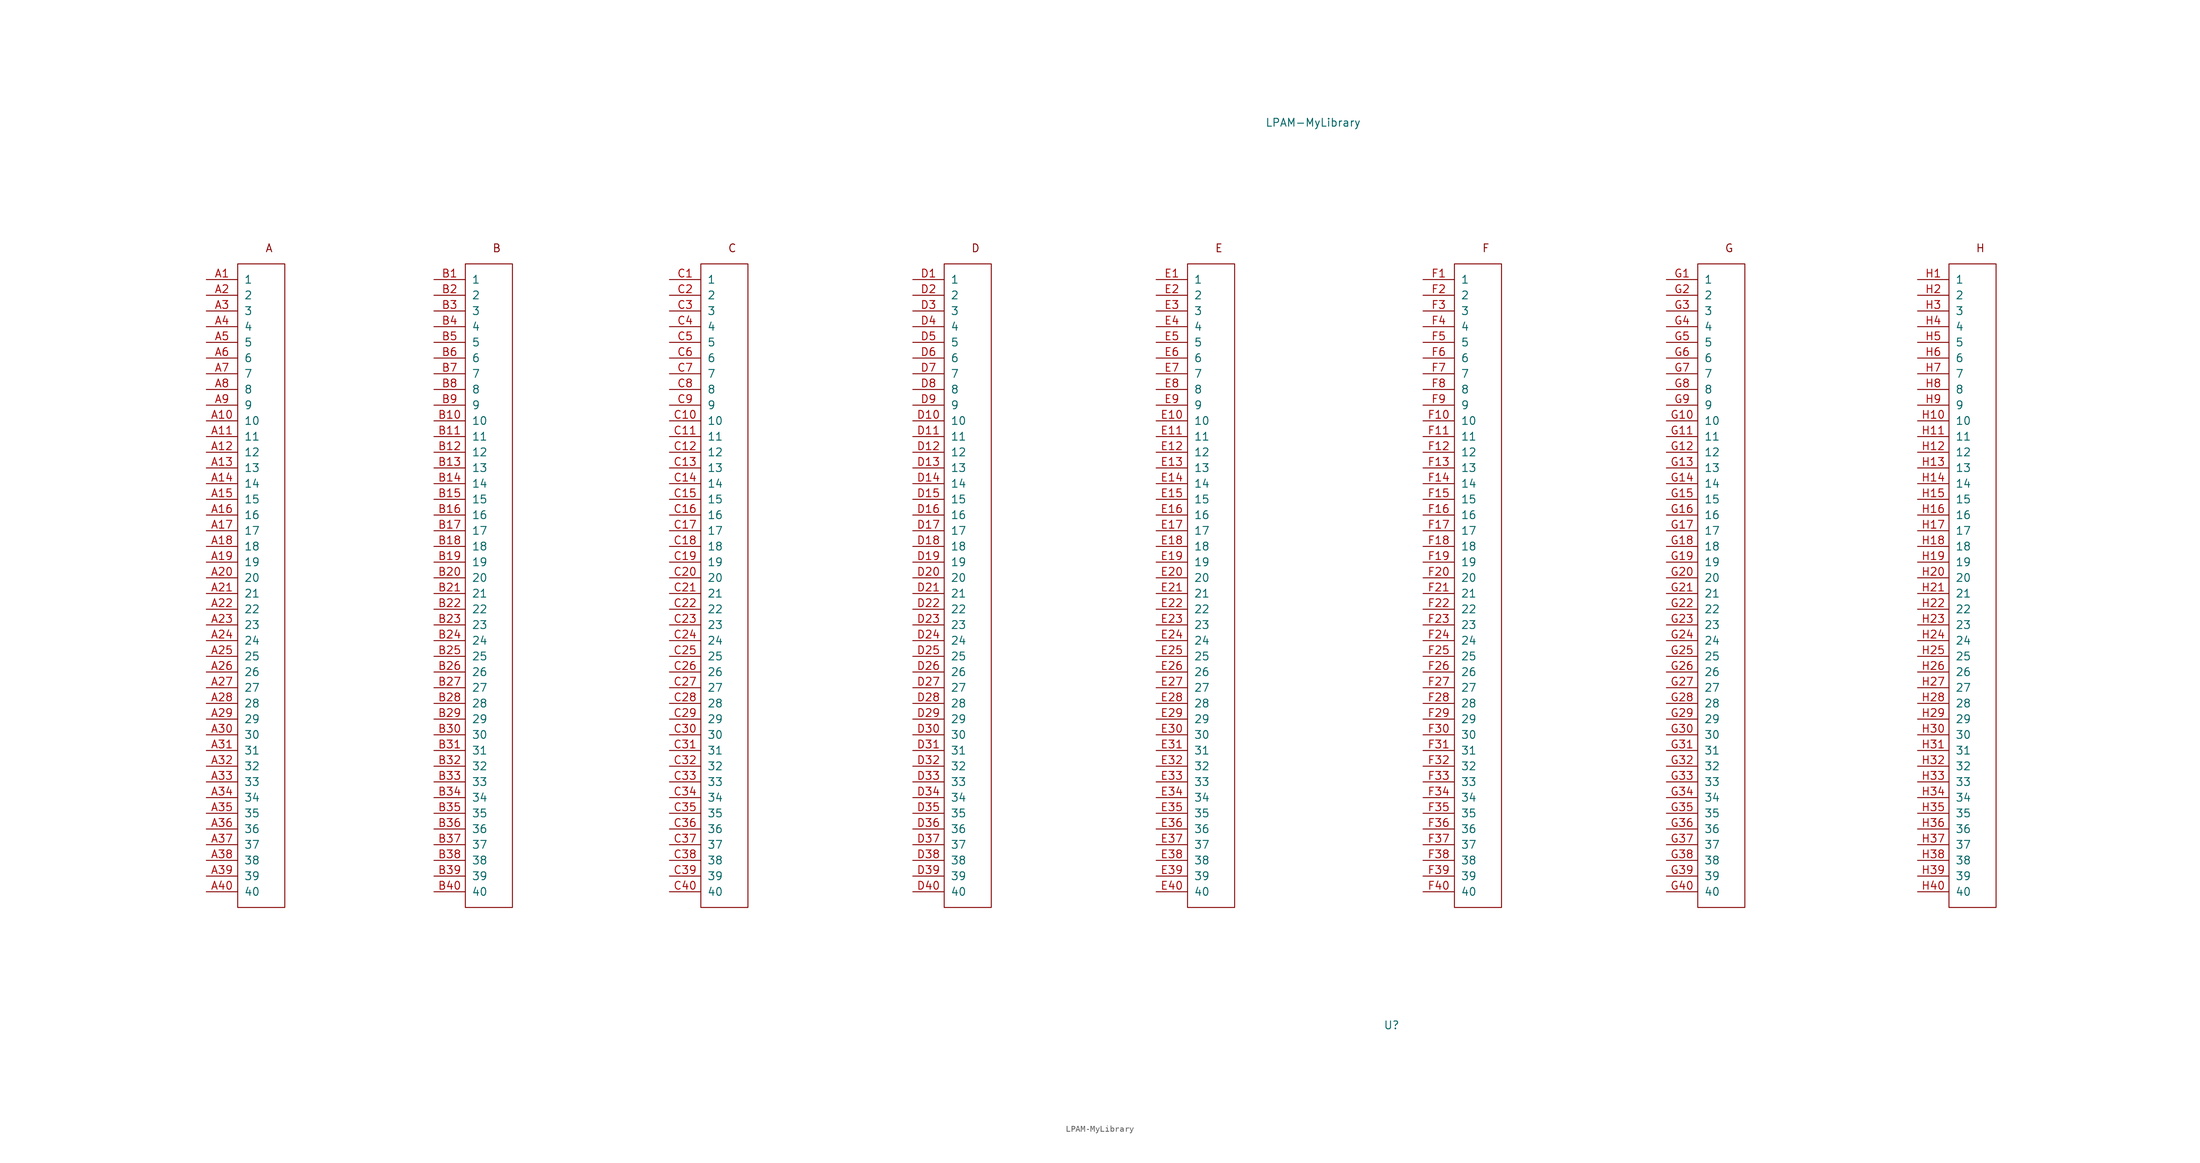
<source format=kicad_sym>
(kicad_symbol_lib
  (version 20220914)
  (generator kicad_symbol_editor)
  (symbol "LPAM-MyLibrary"
    (pin_names
      (offset 1.016))
    (property "Reference" "U"
      (at 1.27 -67.31 0)
      (effects (font (size 1.27 1.27))))
    (property "Value" "LPAM-MyLibrary"
      (at -11.43 78.74 0)
      (effects (font (size 1.27 1.27))))
    (symbol "LPAM-MyLibrary_0_0"
      (text "B" (at -143.51 58.42 0) (effects (font (size 1.27 1.27))))
      (pin input line (at -153.67 33.02 0) (length 5.08) (name "9" (effects (font (size 1.27 1.27)))) (number "B9" (effects (font (size 1.27 1.27))))))
    (symbol "LPAM-MyLibrary_0_1"
      (rectangle (start -148.59 55.88) (end -140.97 -48.26) (stroke (width 0) (type solid)) (fill (type none))))
    (symbol "LPAM-MyLibrary_1_1"
      (rectangle (start -185.42 55.88) (end -177.8 -48.26) (stroke (width 0) (type solid)) (fill (type none)))
      (rectangle (start -110.49 55.88) (end -102.87 -48.26) (stroke (width 0) (type solid)) (fill (type none)))
      (rectangle (start -71.12 55.88) (end -63.5 -48.26) (stroke (width 0) (type solid)) (fill (type none)))
      (rectangle (start -31.75 55.88) (end -24.13 -48.26) (stroke (width 0) (type solid)) (fill (type none)))
      (rectangle (start 11.43 55.88) (end 19.05 -48.26) (stroke (width 0) (type solid)) (fill (type none)))
      (rectangle (start 50.8 55.88) (end 58.42 -48.26) (stroke (width 0) (type solid)) (fill (type none)))
      (rectangle (start 91.44 55.88) (end 99.06 -48.26) (stroke (width 0) (type solid)) (fill (type none)))
      (text "A" (at -180.34 58.42 0) (effects (font (size 1.27 1.27))))
      (text "C" (at -105.41 58.42 0) (effects (font (size 1.27 1.27))))
      (text "D" (at -66.04 58.42 0) (effects (font (size 1.27 1.27))))
      (text "E" (at -26.67 58.42 0) (effects (font (size 1.27 1.27))))
      (text "F" (at 16.51 58.42 0) (effects (font (size 1.27 1.27))))
      (text "G" (at 55.88 58.42 0) (effects (font (size 1.27 1.27))))
      (text "H" (at 96.52 58.42 0) (effects (font (size 1.27 1.27))))
      (pin input line (at -190.5 53.34 0) (length 5.08) (name "1" (effects (font (size 1.27 1.27)))) (number "A1" (effects (font (size 1.27 1.27)))))
      (pin input line (at -190.5 30.48 0) (length 5.08) (name "10" (effects (font (size 1.27 1.27)))) (number "A10" (effects (font (size 1.27 1.27)))))
      (pin input line (at -190.5 27.94 0) (length 5.08) (name "11" (effects (font (size 1.27 1.27)))) (number "A11" (effects (font (size 1.27 1.27)))))
      (pin input line (at -190.5 25.4 0) (length 5.08) (name "12" (effects (font (size 1.27 1.27)))) (number "A12" (effects (font (size 1.27 1.27)))))
      (pin input line (at -190.5 22.86 0) (length 5.08) (name "13" (effects (font (size 1.27 1.27)))) (number "A13" (effects (font (size 1.27 1.27)))))
      (pin input line (at -190.5 20.32 0) (length 5.08) (name "14" (effects (font (size 1.27 1.27)))) (number "A14" (effects (font (size 1.27 1.27)))))
      (pin input line (at -190.5 17.78 0) (length 5.08) (name "15" (effects (font (size 1.27 1.27)))) (number "A15" (effects (font (size 1.27 1.27)))))
      (pin input line (at -190.5 15.24 0) (length 5.08) (name "16" (effects (font (size 1.27 1.27)))) (number "A16" (effects (font (size 1.27 1.27)))))
      (pin input line (at -190.5 12.7 0) (length 5.08) (name "17" (effects (font (size 1.27 1.27)))) (number "A17" (effects (font (size 1.27 1.27)))))
      (pin input line (at -190.5 10.16 0) (length 5.08) (name "18" (effects (font (size 1.27 1.27)))) (number "A18" (effects (font (size 1.27 1.27)))))
      (pin input line (at -190.5 7.62 0) (length 5.08) (name "19" (effects (font (size 1.27 1.27)))) (number "A19" (effects (font (size 1.27 1.27)))))
      (pin input line (at -190.5 50.8 0) (length 5.08) (name "2" (effects (font (size 1.27 1.27)))) (number "A2" (effects (font (size 1.27 1.27)))))
      (pin input line (at -190.5 5.08 0) (length 5.08) (name "20" (effects (font (size 1.27 1.27)))) (number "A20" (effects (font (size 1.27 1.27)))))
      (pin input line (at -190.5 2.54 0) (length 5.08) (name "21" (effects (font (size 1.27 1.27)))) (number "A21" (effects (font (size 1.27 1.27)))))
      (pin input line (at -190.5 0 0) (length 5.08) (name "22" (effects (font (size 1.27 1.27)))) (number "A22" (effects (font (size 1.27 1.27)))))
      (pin input line (at -190.5 -2.54 0) (length 5.08) (name "23" (effects (font (size 1.27 1.27)))) (number "A23" (effects (font (size 1.27 1.27)))))
      (pin input line (at -190.5 -5.08 0) (length 5.08) (name "24" (effects (font (size 1.27 1.27)))) (number "A24" (effects (font (size 1.27 1.27)))))
      (pin input line (at -190.5 -7.62 0) (length 5.08) (name "25" (effects (font (size 1.27 1.27)))) (number "A25" (effects (font (size 1.27 1.27)))))
      (pin input line (at -190.5 -10.16 0) (length 5.08) (name "26" (effects (font (size 1.27 1.27)))) (number "A26" (effects (font (size 1.27 1.27)))))
      (pin input line (at -190.5 -12.7 0) (length 5.08) (name "27" (effects (font (size 1.27 1.27)))) (number "A27" (effects (font (size 1.27 1.27)))))
      (pin input line (at -190.5 -15.24 0) (length 5.08) (name "28" (effects (font (size 1.27 1.27)))) (number "A28" (effects (font (size 1.27 1.27)))))
      (pin input line (at -190.5 -17.78 0) (length 5.08) (name "29" (effects (font (size 1.27 1.27)))) (number "A29" (effects (font (size 1.27 1.27)))))
      (pin input line (at -190.5 48.26 0) (length 5.08) (name "3" (effects (font (size 1.27 1.27)))) (number "A3" (effects (font (size 1.27 1.27)))))
      (pin input line (at -190.5 -20.32 0) (length 5.08) (name "30" (effects (font (size 1.27 1.27)))) (number "A30" (effects (font (size 1.27 1.27)))))
      (pin input line (at -190.5 -22.86 0) (length 5.08) (name "31" (effects (font (size 1.27 1.27)))) (number "A31" (effects (font (size 1.27 1.27)))))
      (pin input line (at -190.5 -25.4 0) (length 5.08) (name "32" (effects (font (size 1.27 1.27)))) (number "A32" (effects (font (size 1.27 1.27)))))
      (pin input line (at -190.5 -27.94 0) (length 5.08) (name "33" (effects (font (size 1.27 1.27)))) (number "A33" (effects (font (size 1.27 1.27)))))
      (pin input line (at -190.5 -30.48 0) (length 5.08) (name "34" (effects (font (size 1.27 1.27)))) (number "A34" (effects (font (size 1.27 1.27)))))
      (pin input line (at -190.5 -33.02 0) (length 5.08) (name "35" (effects (font (size 1.27 1.27)))) (number "A35" (effects (font (size 1.27 1.27)))))
      (pin input line (at -190.5 -35.56 0) (length 5.08) (name "36" (effects (font (size 1.27 1.27)))) (number "A36" (effects (font (size 1.27 1.27)))))
      (pin input line (at -190.5 -38.1 0) (length 5.08) (name "37" (effects (font (size 1.27 1.27)))) (number "A37" (effects (font (size 1.27 1.27)))))
      (pin input line (at -190.5 -40.64 0) (length 5.08) (name "38" (effects (font (size 1.27 1.27)))) (number "A38" (effects (font (size 1.27 1.27)))))
      (pin input line (at -190.5 -43.18 0) (length 5.08) (name "39" (effects (font (size 1.27 1.27)))) (number "A39" (effects (font (size 1.27 1.27)))))
      (pin input line (at -190.5 45.72 0) (length 5.08) (name "4" (effects (font (size 1.27 1.27)))) (number "A4" (effects (font (size 1.27 1.27)))))
      (pin input line (at -190.5 -45.72 0) (length 5.08) (name "40" (effects (font (size 1.27 1.27)))) (number "A40" (effects (font (size 1.27 1.27)))))
      (pin input line (at -190.5 43.18 0) (length 5.08) (name "5" (effects (font (size 1.27 1.27)))) (number "A5" (effects (font (size 1.27 1.27)))))
      (pin input line (at -190.5 40.64 0) (length 5.08) (name "6" (effects (font (size 1.27 1.27)))) (number "A6" (effects (font (size 1.27 1.27)))))
      (pin input line (at -190.5 38.1 0) (length 5.08) (name "7" (effects (font (size 1.27 1.27)))) (number "A7" (effects (font (size 1.27 1.27)))))
      (pin input line (at -190.5 35.56 0) (length 5.08) (name "8" (effects (font (size 1.27 1.27)))) (number "A8" (effects (font (size 1.27 1.27)))))
      (pin input line (at -190.5 33.02 0) (length 5.08) (name "9" (effects (font (size 1.27 1.27)))) (number "A9" (effects (font (size 1.27 1.27)))))
      (pin input line (at -153.67 53.34 0) (length 5.08) (name "1" (effects (font (size 1.27 1.27)))) (number "B1" (effects (font (size 1.27 1.27)))))
      (pin input line (at -153.67 30.48 0) (length 5.08) (name "10" (effects (font (size 1.27 1.27)))) (number "B10" (effects (font (size 1.27 1.27)))))
      (pin input line (at -153.67 27.94 0) (length 5.08) (name "11" (effects (font (size 1.27 1.27)))) (number "B11" (effects (font (size 1.27 1.27)))))
      (pin input line (at -153.67 25.4 0) (length 5.08) (name "12" (effects (font (size 1.27 1.27)))) (number "B12" (effects (font (size 1.27 1.27)))))
      (pin input line (at -153.67 22.86 0) (length 5.08) (name "13" (effects (font (size 1.27 1.27)))) (number "B13" (effects (font (size 1.27 1.27)))))
      (pin input line (at -153.67 20.32 0) (length 5.08) (name "14" (effects (font (size 1.27 1.27)))) (number "B14" (effects (font (size 1.27 1.27)))))
      (pin input line (at -153.67 17.78 0) (length 5.08) (name "15" (effects (font (size 1.27 1.27)))) (number "B15" (effects (font (size 1.27 1.27)))))
      (pin input line (at -153.67 15.24 0) (length 5.08) (name "16" (effects (font (size 1.27 1.27)))) (number "B16" (effects (font (size 1.27 1.27)))))
      (pin input line (at -153.67 12.7 0) (length 5.08) (name "17" (effects (font (size 1.27 1.27)))) (number "B17" (effects (font (size 1.27 1.27)))))
      (pin input line (at -153.67 10.16 0) (length 5.08) (name "18" (effects (font (size 1.27 1.27)))) (number "B18" (effects (font (size 1.27 1.27)))))
      (pin input line (at -153.67 7.62 0) (length 5.08) (name "19" (effects (font (size 1.27 1.27)))) (number "B19" (effects (font (size 1.27 1.27)))))
      (pin input line (at -153.67 50.8 0) (length 5.08) (name "2" (effects (font (size 1.27 1.27)))) (number "B2" (effects (font (size 1.27 1.27)))))
      (pin input line (at -153.67 5.08 0) (length 5.08) (name "20" (effects (font (size 1.27 1.27)))) (number "B20" (effects (font (size 1.27 1.27)))))
      (pin input line (at -153.67 2.54 0) (length 5.08) (name "21" (effects (font (size 1.27 1.27)))) (number "B21" (effects (font (size 1.27 1.27)))))
      (pin input line (at -153.67 0 0) (length 5.08) (name "22" (effects (font (size 1.27 1.27)))) (number "B22" (effects (font (size 1.27 1.27)))))
      (pin input line (at -153.67 -2.54 0) (length 5.08) (name "23" (effects (font (size 1.27 1.27)))) (number "B23" (effects (font (size 1.27 1.27)))))
      (pin input line (at -153.67 -5.08 0) (length 5.08) (name "24" (effects (font (size 1.27 1.27)))) (number "B24" (effects (font (size 1.27 1.27)))))
      (pin input line (at -153.67 -7.62 0) (length 5.08) (name "25" (effects (font (size 1.27 1.27)))) (number "B25" (effects (font (size 1.27 1.27)))))
      (pin input line (at -153.67 -10.16 0) (length 5.08) (name "26" (effects (font (size 1.27 1.27)))) (number "B26" (effects (font (size 1.27 1.27)))))
      (pin input line (at -153.67 -12.7 0) (length 5.08) (name "27" (effects (font (size 1.27 1.27)))) (number "B27" (effects (font (size 1.27 1.27)))))
      (pin input line (at -153.67 -15.24 0) (length 5.08) (name "28" (effects (font (size 1.27 1.27)))) (number "B28" (effects (font (size 1.27 1.27)))))
      (pin input line (at -153.67 -17.78 0) (length 5.08) (name "29" (effects (font (size 1.27 1.27)))) (number "B29" (effects (font (size 1.27 1.27)))))
      (pin input line (at -153.67 48.26 0) (length 5.08) (name "3" (effects (font (size 1.27 1.27)))) (number "B3" (effects (font (size 1.27 1.27)))))
      (pin input line (at -153.67 -20.32 0) (length 5.08) (name "30" (effects (font (size 1.27 1.27)))) (number "B30" (effects (font (size 1.27 1.27)))))
      (pin input line (at -153.67 -22.86 0) (length 5.08) (name "31" (effects (font (size 1.27 1.27)))) (number "B31" (effects (font (size 1.27 1.27)))))
      (pin input line (at -153.67 -25.4 0) (length 5.08) (name "32" (effects (font (size 1.27 1.27)))) (number "B32" (effects (font (size 1.27 1.27)))))
      (pin input line (at -153.67 -27.94 0) (length 5.08) (name "33" (effects (font (size 1.27 1.27)))) (number "B33" (effects (font (size 1.27 1.27)))))
      (pin input line (at -153.67 -30.48 0) (length 5.08) (name "34" (effects (font (size 1.27 1.27)))) (number "B34" (effects (font (size 1.27 1.27)))))
      (pin input line (at -153.67 -33.02 0) (length 5.08) (name "35" (effects (font (size 1.27 1.27)))) (number "B35" (effects (font (size 1.27 1.27)))))
      (pin input line (at -153.67 -35.56 0) (length 5.08) (name "36" (effects (font (size 1.27 1.27)))) (number "B36" (effects (font (size 1.27 1.27)))))
      (pin input line (at -153.67 -38.1 0) (length 5.08) (name "37" (effects (font (size 1.27 1.27)))) (number "B37" (effects (font (size 1.27 1.27)))))
      (pin input line (at -153.67 -40.64 0) (length 5.08) (name "38" (effects (font (size 1.27 1.27)))) (number "B38" (effects (font (size 1.27 1.27)))))
      (pin input line (at -153.67 -43.18 0) (length 5.08) (name "39" (effects (font (size 1.27 1.27)))) (number "B39" (effects (font (size 1.27 1.27)))))
      (pin input line (at -153.67 45.72 0) (length 5.08) (name "4" (effects (font (size 1.27 1.27)))) (number "B4" (effects (font (size 1.27 1.27)))))
      (pin input line (at -153.67 -45.72 0) (length 5.08) (name "40" (effects (font (size 1.27 1.27)))) (number "B40" (effects (font (size 1.27 1.27)))))
      (pin input line (at -153.67 43.18 0) (length 5.08) (name "5" (effects (font (size 1.27 1.27)))) (number "B5" (effects (font (size 1.27 1.27)))))
      (pin input line (at -153.67 40.64 0) (length 5.08) (name "6" (effects (font (size 1.27 1.27)))) (number "B6" (effects (font (size 1.27 1.27)))))
      (pin input line (at -153.67 38.1 0) (length 5.08) (name "7" (effects (font (size 1.27 1.27)))) (number "B7" (effects (font (size 1.27 1.27)))))
      (pin input line (at -153.67 35.56 0) (length 5.08) (name "8" (effects (font (size 1.27 1.27)))) (number "B8" (effects (font (size 1.27 1.27)))))
      (pin input line (at -115.57 53.34 0) (length 5.08) (name "1" (effects (font (size 1.27 1.27)))) (number "C1" (effects (font (size 1.27 1.27)))))
      (pin input line (at -115.57 30.48 0) (length 5.08) (name "10" (effects (font (size 1.27 1.27)))) (number "C10" (effects (font (size 1.27 1.27)))))
      (pin input line (at -115.57 27.94 0) (length 5.08) (name "11" (effects (font (size 1.27 1.27)))) (number "C11" (effects (font (size 1.27 1.27)))))
      (pin input line (at -115.57 25.4 0) (length 5.08) (name "12" (effects (font (size 1.27 1.27)))) (number "C12" (effects (font (size 1.27 1.27)))))
      (pin input line (at -115.57 22.86 0) (length 5.08) (name "13" (effects (font (size 1.27 1.27)))) (number "C13" (effects (font (size 1.27 1.27)))))
      (pin input line (at -115.57 20.32 0) (length 5.08) (name "14" (effects (font (size 1.27 1.27)))) (number "C14" (effects (font (size 1.27 1.27)))))
      (pin input line (at -115.57 17.78 0) (length 5.08) (name "15" (effects (font (size 1.27 1.27)))) (number "C15" (effects (font (size 1.27 1.27)))))
      (pin input line (at -115.57 15.24 0) (length 5.08) (name "16" (effects (font (size 1.27 1.27)))) (number "C16" (effects (font (size 1.27 1.27)))))
      (pin input line (at -115.57 12.7 0) (length 5.08) (name "17" (effects (font (size 1.27 1.27)))) (number "C17" (effects (font (size 1.27 1.27)))))
      (pin input line (at -115.57 10.16 0) (length 5.08) (name "18" (effects (font (size 1.27 1.27)))) (number "C18" (effects (font (size 1.27 1.27)))))
      (pin input line (at -115.57 7.62 0) (length 5.08) (name "19" (effects (font (size 1.27 1.27)))) (number "C19" (effects (font (size 1.27 1.27)))))
      (pin input line (at -115.57 50.8 0) (length 5.08) (name "2" (effects (font (size 1.27 1.27)))) (number "C2" (effects (font (size 1.27 1.27)))))
      (pin input line (at -115.57 5.08 0) (length 5.08) (name "20" (effects (font (size 1.27 1.27)))) (number "C20" (effects (font (size 1.27 1.27)))))
      (pin input line (at -115.57 2.54 0) (length 5.08) (name "21" (effects (font (size 1.27 1.27)))) (number "C21" (effects (font (size 1.27 1.27)))))
      (pin input line (at -115.57 0 0) (length 5.08) (name "22" (effects (font (size 1.27 1.27)))) (number "C22" (effects (font (size 1.27 1.27)))))
      (pin input line (at -115.57 -2.54 0) (length 5.08) (name "23" (effects (font (size 1.27 1.27)))) (number "C23" (effects (font (size 1.27 1.27)))))
      (pin input line (at -115.57 -5.08 0) (length 5.08) (name "24" (effects (font (size 1.27 1.27)))) (number "C24" (effects (font (size 1.27 1.27)))))
      (pin input line (at -115.57 -7.62 0) (length 5.08) (name "25" (effects (font (size 1.27 1.27)))) (number "C25" (effects (font (size 1.27 1.27)))))
      (pin input line (at -115.57 -10.16 0) (length 5.08) (name "26" (effects (font (size 1.27 1.27)))) (number "C26" (effects (font (size 1.27 1.27)))))
      (pin input line (at -115.57 -12.7 0) (length 5.08) (name "27" (effects (font (size 1.27 1.27)))) (number "C27" (effects (font (size 1.27 1.27)))))
      (pin input line (at -115.57 -15.24 0) (length 5.08) (name "28" (effects (font (size 1.27 1.27)))) (number "C28" (effects (font (size 1.27 1.27)))))
      (pin input line (at -115.57 -17.78 0) (length 5.08) (name "29" (effects (font (size 1.27 1.27)))) (number "C29" (effects (font (size 1.27 1.27)))))
      (pin input line (at -115.57 48.26 0) (length 5.08) (name "3" (effects (font (size 1.27 1.27)))) (number "C3" (effects (font (size 1.27 1.27)))))
      (pin input line (at -115.57 -20.32 0) (length 5.08) (name "30" (effects (font (size 1.27 1.27)))) (number "C30" (effects (font (size 1.27 1.27)))))
      (pin input line (at -115.57 -22.86 0) (length 5.08) (name "31" (effects (font (size 1.27 1.27)))) (number "C31" (effects (font (size 1.27 1.27)))))
      (pin input line (at -115.57 -25.4 0) (length 5.08) (name "32" (effects (font (size 1.27 1.27)))) (number "C32" (effects (font (size 1.27 1.27)))))
      (pin input line (at -115.57 -27.94 0) (length 5.08) (name "33" (effects (font (size 1.27 1.27)))) (number "C33" (effects (font (size 1.27 1.27)))))
      (pin input line (at -115.57 -30.48 0) (length 5.08) (name "34" (effects (font (size 1.27 1.27)))) (number "C34" (effects (font (size 1.27 1.27)))))
      (pin input line (at -115.57 -33.02 0) (length 5.08) (name "35" (effects (font (size 1.27 1.27)))) (number "C35" (effects (font (size 1.27 1.27)))))
      (pin input line (at -115.57 -35.56 0) (length 5.08) (name "36" (effects (font (size 1.27 1.27)))) (number "C36" (effects (font (size 1.27 1.27)))))
      (pin input line (at -115.57 -38.1 0) (length 5.08) (name "37" (effects (font (size 1.27 1.27)))) (number "C37" (effects (font (size 1.27 1.27)))))
      (pin input line (at -115.57 -40.64 0) (length 5.08) (name "38" (effects (font (size 1.27 1.27)))) (number "C38" (effects (font (size 1.27 1.27)))))
      (pin input line (at -115.57 -43.18 0) (length 5.08) (name "39" (effects (font (size 1.27 1.27)))) (number "C39" (effects (font (size 1.27 1.27)))))
      (pin input line (at -115.57 45.72 0) (length 5.08) (name "4" (effects (font (size 1.27 1.27)))) (number "C4" (effects (font (size 1.27 1.27)))))
      (pin input line (at -115.57 -45.72 0) (length 5.08) (name "40" (effects (font (size 1.27 1.27)))) (number "C40" (effects (font (size 1.27 1.27)))))
      (pin input line (at -115.57 43.18 0) (length 5.08) (name "5" (effects (font (size 1.27 1.27)))) (number "C5" (effects (font (size 1.27 1.27)))))
      (pin input line (at -115.57 40.64 0) (length 5.08) (name "6" (effects (font (size 1.27 1.27)))) (number "C6" (effects (font (size 1.27 1.27)))))
      (pin input line (at -115.57 38.1 0) (length 5.08) (name "7" (effects (font (size 1.27 1.27)))) (number "C7" (effects (font (size 1.27 1.27)))))
      (pin input line (at -115.57 35.56 0) (length 5.08) (name "8" (effects (font (size 1.27 1.27)))) (number "C8" (effects (font (size 1.27 1.27)))))
      (pin input line (at -115.57 33.02 0) (length 5.08) (name "9" (effects (font (size 1.27 1.27)))) (number "C9" (effects (font (size 1.27 1.27)))))
      (pin input line (at -76.2 53.34 0) (length 5.08) (name "1" (effects (font (size 1.27 1.27)))) (number "D1" (effects (font (size 1.27 1.27)))))
      (pin input line (at -76.2 30.48 0) (length 5.08) (name "10" (effects (font (size 1.27 1.27)))) (number "D10" (effects (font (size 1.27 1.27)))))
      (pin input line (at -76.2 27.94 0) (length 5.08) (name "11" (effects (font (size 1.27 1.27)))) (number "D11" (effects (font (size 1.27 1.27)))))
      (pin input line (at -76.2 25.4 0) (length 5.08) (name "12" (effects (font (size 1.27 1.27)))) (number "D12" (effects (font (size 1.27 1.27)))))
      (pin input line (at -76.2 22.86 0) (length 5.08) (name "13" (effects (font (size 1.27 1.27)))) (number "D13" (effects (font (size 1.27 1.27)))))
      (pin input line (at -76.2 20.32 0) (length 5.08) (name "14" (effects (font (size 1.27 1.27)))) (number "D14" (effects (font (size 1.27 1.27)))))
      (pin input line (at -76.2 17.78 0) (length 5.08) (name "15" (effects (font (size 1.27 1.27)))) (number "D15" (effects (font (size 1.27 1.27)))))
      (pin input line (at -76.2 15.24 0) (length 5.08) (name "16" (effects (font (size 1.27 1.27)))) (number "D16" (effects (font (size 1.27 1.27)))))
      (pin input line (at -76.2 12.7 0) (length 5.08) (name "17" (effects (font (size 1.27 1.27)))) (number "D17" (effects (font (size 1.27 1.27)))))
      (pin input line (at -76.2 10.16 0) (length 5.08) (name "18" (effects (font (size 1.27 1.27)))) (number "D18" (effects (font (size 1.27 1.27)))))
      (pin input line (at -76.2 7.62 0) (length 5.08) (name "19" (effects (font (size 1.27 1.27)))) (number "D19" (effects (font (size 1.27 1.27)))))
      (pin input line (at -76.2 50.8 0) (length 5.08) (name "2" (effects (font (size 1.27 1.27)))) (number "D2" (effects (font (size 1.27 1.27)))))
      (pin input line (at -76.2 5.08 0) (length 5.08) (name "20" (effects (font (size 1.27 1.27)))) (number "D20" (effects (font (size 1.27 1.27)))))
      (pin input line (at -76.2 2.54 0) (length 5.08) (name "21" (effects (font (size 1.27 1.27)))) (number "D21" (effects (font (size 1.27 1.27)))))
      (pin input line (at -76.2 0 0) (length 5.08) (name "22" (effects (font (size 1.27 1.27)))) (number "D22" (effects (font (size 1.27 1.27)))))
      (pin input line (at -76.2 -2.54 0) (length 5.08) (name "23" (effects (font (size 1.27 1.27)))) (number "D23" (effects (font (size 1.27 1.27)))))
      (pin input line (at -76.2 -5.08 0) (length 5.08) (name "24" (effects (font (size 1.27 1.27)))) (number "D24" (effects (font (size 1.27 1.27)))))
      (pin input line (at -76.2 -7.62 0) (length 5.08) (name "25" (effects (font (size 1.27 1.27)))) (number "D25" (effects (font (size 1.27 1.27)))))
      (pin input line (at -76.2 -10.16 0) (length 5.08) (name "26" (effects (font (size 1.27 1.27)))) (number "D26" (effects (font (size 1.27 1.27)))))
      (pin input line (at -76.2 -12.7 0) (length 5.08) (name "27" (effects (font (size 1.27 1.27)))) (number "D27" (effects (font (size 1.27 1.27)))))
      (pin input line (at -76.2 -15.24 0) (length 5.08) (name "28" (effects (font (size 1.27 1.27)))) (number "D28" (effects (font (size 1.27 1.27)))))
      (pin input line (at -76.2 -17.78 0) (length 5.08) (name "29" (effects (font (size 1.27 1.27)))) (number "D29" (effects (font (size 1.27 1.27)))))
      (pin input line (at -76.2 48.26 0) (length 5.08) (name "3" (effects (font (size 1.27 1.27)))) (number "D3" (effects (font (size 1.27 1.27)))))
      (pin input line (at -76.2 -20.32 0) (length 5.08) (name "30" (effects (font (size 1.27 1.27)))) (number "D30" (effects (font (size 1.27 1.27)))))
      (pin input line (at -76.2 -22.86 0) (length 5.08) (name "31" (effects (font (size 1.27 1.27)))) (number "D31" (effects (font (size 1.27 1.27)))))
      (pin input line (at -76.2 -25.4 0) (length 5.08) (name "32" (effects (font (size 1.27 1.27)))) (number "D32" (effects (font (size 1.27 1.27)))))
      (pin input line (at -76.2 -27.94 0) (length 5.08) (name "33" (effects (font (size 1.27 1.27)))) (number "D33" (effects (font (size 1.27 1.27)))))
      (pin input line (at -76.2 -30.48 0) (length 5.08) (name "34" (effects (font (size 1.27 1.27)))) (number "D34" (effects (font (size 1.27 1.27)))))
      (pin input line (at -76.2 -33.02 0) (length 5.08) (name "35" (effects (font (size 1.27 1.27)))) (number "D35" (effects (font (size 1.27 1.27)))))
      (pin input line (at -76.2 -35.56 0) (length 5.08) (name "36" (effects (font (size 1.27 1.27)))) (number "D36" (effects (font (size 1.27 1.27)))))
      (pin input line (at -76.2 -38.1 0) (length 5.08) (name "37" (effects (font (size 1.27 1.27)))) (number "D37" (effects (font (size 1.27 1.27)))))
      (pin input line (at -76.2 -40.64 0) (length 5.08) (name "38" (effects (font (size 1.27 1.27)))) (number "D38" (effects (font (size 1.27 1.27)))))
      (pin input line (at -76.2 -43.18 0) (length 5.08) (name "39" (effects (font (size 1.27 1.27)))) (number "D39" (effects (font (size 1.27 1.27)))))
      (pin input line (at -76.2 45.72 0) (length 5.08) (name "4" (effects (font (size 1.27 1.27)))) (number "D4" (effects (font (size 1.27 1.27)))))
      (pin input line (at -76.2 -45.72 0) (length 5.08) (name "40" (effects (font (size 1.27 1.27)))) (number "D40" (effects (font (size 1.27 1.27)))))
      (pin input line (at -76.2 43.18 0) (length 5.08) (name "5" (effects (font (size 1.27 1.27)))) (number "D5" (effects (font (size 1.27 1.27)))))
      (pin input line (at -76.2 40.64 0) (length 5.08) (name "6" (effects (font (size 1.27 1.27)))) (number "D6" (effects (font (size 1.27 1.27)))))
      (pin input line (at -76.2 38.1 0) (length 5.08) (name "7" (effects (font (size 1.27 1.27)))) (number "D7" (effects (font (size 1.27 1.27)))))
      (pin input line (at -76.2 35.56 0) (length 5.08) (name "8" (effects (font (size 1.27 1.27)))) (number "D8" (effects (font (size 1.27 1.27)))))
      (pin input line (at -76.2 33.02 0) (length 5.08) (name "9" (effects (font (size 1.27 1.27)))) (number "D9" (effects (font (size 1.27 1.27)))))
      (pin input line (at -36.83 53.34 0) (length 5.08) (name "1" (effects (font (size 1.27 1.27)))) (number "E1" (effects (font (size 1.27 1.27)))))
      (pin input line (at -36.83 30.48 0) (length 5.08) (name "10" (effects (font (size 1.27 1.27)))) (number "E10" (effects (font (size 1.27 1.27)))))
      (pin input line (at -36.83 27.94 0) (length 5.08) (name "11" (effects (font (size 1.27 1.27)))) (number "E11" (effects (font (size 1.27 1.27)))))
      (pin input line (at -36.83 25.4 0) (length 5.08) (name "12" (effects (font (size 1.27 1.27)))) (number "E12" (effects (font (size 1.27 1.27)))))
      (pin input line (at -36.83 22.86 0) (length 5.08) (name "13" (effects (font (size 1.27 1.27)))) (number "E13" (effects (font (size 1.27 1.27)))))
      (pin input line (at -36.83 20.32 0) (length 5.08) (name "14" (effects (font (size 1.27 1.27)))) (number "E14" (effects (font (size 1.27 1.27)))))
      (pin input line (at -36.83 17.78 0) (length 5.08) (name "15" (effects (font (size 1.27 1.27)))) (number "E15" (effects (font (size 1.27 1.27)))))
      (pin input line (at -36.83 15.24 0) (length 5.08) (name "16" (effects (font (size 1.27 1.27)))) (number "E16" (effects (font (size 1.27 1.27)))))
      (pin input line (at -36.83 12.7 0) (length 5.08) (name "17" (effects (font (size 1.27 1.27)))) (number "E17" (effects (font (size 1.27 1.27)))))
      (pin input line (at -36.83 10.16 0) (length 5.08) (name "18" (effects (font (size 1.27 1.27)))) (number "E18" (effects (font (size 1.27 1.27)))))
      (pin input line (at -36.83 7.62 0) (length 5.08) (name "19" (effects (font (size 1.27 1.27)))) (number "E19" (effects (font (size 1.27 1.27)))))
      (pin input line (at -36.83 50.8 0) (length 5.08) (name "2" (effects (font (size 1.27 1.27)))) (number "E2" (effects (font (size 1.27 1.27)))))
      (pin input line (at -36.83 5.08 0) (length 5.08) (name "20" (effects (font (size 1.27 1.27)))) (number "E20" (effects (font (size 1.27 1.27)))))
      (pin input line (at -36.83 2.54 0) (length 5.08) (name "21" (effects (font (size 1.27 1.27)))) (number "E21" (effects (font (size 1.27 1.27)))))
      (pin input line (at -36.83 0 0) (length 5.08) (name "22" (effects (font (size 1.27 1.27)))) (number "E22" (effects (font (size 1.27 1.27)))))
      (pin input line (at -36.83 -2.54 0) (length 5.08) (name "23" (effects (font (size 1.27 1.27)))) (number "E23" (effects (font (size 1.27 1.27)))))
      (pin input line (at -36.83 -5.08 0) (length 5.08) (name "24" (effects (font (size 1.27 1.27)))) (number "E24" (effects (font (size 1.27 1.27)))))
      (pin input line (at -36.83 -7.62 0) (length 5.08) (name "25" (effects (font (size 1.27 1.27)))) (number "E25" (effects (font (size 1.27 1.27)))))
      (pin input line (at -36.83 -10.16 0) (length 5.08) (name "26" (effects (font (size 1.27 1.27)))) (number "E26" (effects (font (size 1.27 1.27)))))
      (pin input line (at -36.83 -12.7 0) (length 5.08) (name "27" (effects (font (size 1.27 1.27)))) (number "E27" (effects (font (size 1.27 1.27)))))
      (pin input line (at -36.83 -15.24 0) (length 5.08) (name "28" (effects (font (size 1.27 1.27)))) (number "E28" (effects (font (size 1.27 1.27)))))
      (pin input line (at -36.83 -17.78 0) (length 5.08) (name "29" (effects (font (size 1.27 1.27)))) (number "E29" (effects (font (size 1.27 1.27)))))
      (pin input line (at -36.83 48.26 0) (length 5.08) (name "3" (effects (font (size 1.27 1.27)))) (number "E3" (effects (font (size 1.27 1.27)))))
      (pin input line (at -36.83 -20.32 0) (length 5.08) (name "30" (effects (font (size 1.27 1.27)))) (number "E30" (effects (font (size 1.27 1.27)))))
      (pin input line (at -36.83 -22.86 0) (length 5.08) (name "31" (effects (font (size 1.27 1.27)))) (number "E31" (effects (font (size 1.27 1.27)))))
      (pin input line (at -36.83 -25.4 0) (length 5.08) (name "32" (effects (font (size 1.27 1.27)))) (number "E32" (effects (font (size 1.27 1.27)))))
      (pin input line (at -36.83 -27.94 0) (length 5.08) (name "33" (effects (font (size 1.27 1.27)))) (number "E33" (effects (font (size 1.27 1.27)))))
      (pin input line (at -36.83 -30.48 0) (length 5.08) (name "34" (effects (font (size 1.27 1.27)))) (number "E34" (effects (font (size 1.27 1.27)))))
      (pin input line (at -36.83 -33.02 0) (length 5.08) (name "35" (effects (font (size 1.27 1.27)))) (number "E35" (effects (font (size 1.27 1.27)))))
      (pin input line (at -36.83 -35.56 0) (length 5.08) (name "36" (effects (font (size 1.27 1.27)))) (number "E36" (effects (font (size 1.27 1.27)))))
      (pin input line (at -36.83 -38.1 0) (length 5.08) (name "37" (effects (font (size 1.27 1.27)))) (number "E37" (effects (font (size 1.27 1.27)))))
      (pin input line (at -36.83 -40.64 0) (length 5.08) (name "38" (effects (font (size 1.27 1.27)))) (number "E38" (effects (font (size 1.27 1.27)))))
      (pin input line (at -36.83 -43.18 0) (length 5.08) (name "39" (effects (font (size 1.27 1.27)))) (number "E39" (effects (font (size 1.27 1.27)))))
      (pin input line (at -36.83 45.72 0) (length 5.08) (name "4" (effects (font (size 1.27 1.27)))) (number "E4" (effects (font (size 1.27 1.27)))))
      (pin input line (at -36.83 -45.72 0) (length 5.08) (name "40" (effects (font (size 1.27 1.27)))) (number "E40" (effects (font (size 1.27 1.27)))))
      (pin input line (at -36.83 43.18 0) (length 5.08) (name "5" (effects (font (size 1.27 1.27)))) (number "E5" (effects (font (size 1.27 1.27)))))
      (pin input line (at -36.83 40.64 0) (length 5.08) (name "6" (effects (font (size 1.27 1.27)))) (number "E6" (effects (font (size 1.27 1.27)))))
      (pin input line (at -36.83 38.1 0) (length 5.08) (name "7" (effects (font (size 1.27 1.27)))) (number "E7" (effects (font (size 1.27 1.27)))))
      (pin input line (at -36.83 35.56 0) (length 5.08) (name "8" (effects (font (size 1.27 1.27)))) (number "E8" (effects (font (size 1.27 1.27)))))
      (pin input line (at -36.83 33.02 0) (length 5.08) (name "9" (effects (font (size 1.27 1.27)))) (number "E9" (effects (font (size 1.27 1.27)))))
      (pin input line (at 6.35 53.34 0) (length 5.08) (name "1" (effects (font (size 1.27 1.27)))) (number "F1" (effects (font (size 1.27 1.27)))))
      (pin input line (at 6.35 30.48 0) (length 5.08) (name "10" (effects (font (size 1.27 1.27)))) (number "F10" (effects (font (size 1.27 1.27)))))
      (pin input line (at 6.35 27.94 0) (length 5.08) (name "11" (effects (font (size 1.27 1.27)))) (number "F11" (effects (font (size 1.27 1.27)))))
      (pin input line (at 6.35 25.4 0) (length 5.08) (name "12" (effects (font (size 1.27 1.27)))) (number "F12" (effects (font (size 1.27 1.27)))))
      (pin input line (at 6.35 22.86 0) (length 5.08) (name "13" (effects (font (size 1.27 1.27)))) (number "F13" (effects (font (size 1.27 1.27)))))
      (pin input line (at 6.35 20.32 0) (length 5.08) (name "14" (effects (font (size 1.27 1.27)))) (number "F14" (effects (font (size 1.27 1.27)))))
      (pin input line (at 6.35 17.78 0) (length 5.08) (name "15" (effects (font (size 1.27 1.27)))) (number "F15" (effects (font (size 1.27 1.27)))))
      (pin input line (at 6.35 15.24 0) (length 5.08) (name "16" (effects (font (size 1.27 1.27)))) (number "F16" (effects (font (size 1.27 1.27)))))
      (pin input line (at 6.35 12.7 0) (length 5.08) (name "17" (effects (font (size 1.27 1.27)))) (number "F17" (effects (font (size 1.27 1.27)))))
      (pin input line (at 6.35 10.16 0) (length 5.08) (name "18" (effects (font (size 1.27 1.27)))) (number "F18" (effects (font (size 1.27 1.27)))))
      (pin input line (at 6.35 7.62 0) (length 5.08) (name "19" (effects (font (size 1.27 1.27)))) (number "F19" (effects (font (size 1.27 1.27)))))
      (pin input line (at 6.35 50.8 0) (length 5.08) (name "2" (effects (font (size 1.27 1.27)))) (number "F2" (effects (font (size 1.27 1.27)))))
      (pin input line (at 6.35 5.08 0) (length 5.08) (name "20" (effects (font (size 1.27 1.27)))) (number "F20" (effects (font (size 1.27 1.27)))))
      (pin input line (at 6.35 2.54 0) (length 5.08) (name "21" (effects (font (size 1.27 1.27)))) (number "F21" (effects (font (size 1.27 1.27)))))
      (pin input line (at 6.35 0 0) (length 5.08) (name "22" (effects (font (size 1.27 1.27)))) (number "F22" (effects (font (size 1.27 1.27)))))
      (pin input line (at 6.35 -2.54 0) (length 5.08) (name "23" (effects (font (size 1.27 1.27)))) (number "F23" (effects (font (size 1.27 1.27)))))
      (pin input line (at 6.35 -5.08 0) (length 5.08) (name "24" (effects (font (size 1.27 1.27)))) (number "F24" (effects (font (size 1.27 1.27)))))
      (pin input line (at 6.35 -7.62 0) (length 5.08) (name "25" (effects (font (size 1.27 1.27)))) (number "F25" (effects (font (size 1.27 1.27)))))
      (pin input line (at 6.35 -10.16 0) (length 5.08) (name "26" (effects (font (size 1.27 1.27)))) (number "F26" (effects (font (size 1.27 1.27)))))
      (pin input line (at 6.35 -12.7 0) (length 5.08) (name "27" (effects (font (size 1.27 1.27)))) (number "F27" (effects (font (size 1.27 1.27)))))
      (pin input line (at 6.35 -15.24 0) (length 5.08) (name "28" (effects (font (size 1.27 1.27)))) (number "F28" (effects (font (size 1.27 1.27)))))
      (pin input line (at 6.35 -17.78 0) (length 5.08) (name "29" (effects (font (size 1.27 1.27)))) (number "F29" (effects (font (size 1.27 1.27)))))
      (pin input line (at 6.35 48.26 0) (length 5.08) (name "3" (effects (font (size 1.27 1.27)))) (number "F3" (effects (font (size 1.27 1.27)))))
      (pin input line (at 6.35 -20.32 0) (length 5.08) (name "30" (effects (font (size 1.27 1.27)))) (number "F30" (effects (font (size 1.27 1.27)))))
      (pin input line (at 6.35 -22.86 0) (length 5.08) (name "31" (effects (font (size 1.27 1.27)))) (number "F31" (effects (font (size 1.27 1.27)))))
      (pin input line (at 6.35 -25.4 0) (length 5.08) (name "32" (effects (font (size 1.27 1.27)))) (number "F32" (effects (font (size 1.27 1.27)))))
      (pin input line (at 6.35 -27.94 0) (length 5.08) (name "33" (effects (font (size 1.27 1.27)))) (number "F33" (effects (font (size 1.27 1.27)))))
      (pin input line (at 6.35 -30.48 0) (length 5.08) (name "34" (effects (font (size 1.27 1.27)))) (number "F34" (effects (font (size 1.27 1.27)))))
      (pin input line (at 6.35 -33.02 0) (length 5.08) (name "35" (effects (font (size 1.27 1.27)))) (number "F35" (effects (font (size 1.27 1.27)))))
      (pin input line (at 6.35 -35.56 0) (length 5.08) (name "36" (effects (font (size 1.27 1.27)))) (number "F36" (effects (font (size 1.27 1.27)))))
      (pin input line (at 6.35 -38.1 0) (length 5.08) (name "37" (effects (font (size 1.27 1.27)))) (number "F37" (effects (font (size 1.27 1.27)))))
      (pin input line (at 6.35 -40.64 0) (length 5.08) (name "38" (effects (font (size 1.27 1.27)))) (number "F38" (effects (font (size 1.27 1.27)))))
      (pin input line (at 6.35 -43.18 0) (length 5.08) (name "39" (effects (font (size 1.27 1.27)))) (number "F39" (effects (font (size 1.27 1.27)))))
      (pin input line (at 6.35 45.72 0) (length 5.08) (name "4" (effects (font (size 1.27 1.27)))) (number "F4" (effects (font (size 1.27 1.27)))))
      (pin input line (at 6.35 -45.72 0) (length 5.08) (name "40" (effects (font (size 1.27 1.27)))) (number "F40" (effects (font (size 1.27 1.27)))))
      (pin input line (at 6.35 43.18 0) (length 5.08) (name "5" (effects (font (size 1.27 1.27)))) (number "F5" (effects (font (size 1.27 1.27)))))
      (pin input line (at 6.35 40.64 0) (length 5.08) (name "6" (effects (font (size 1.27 1.27)))) (number "F6" (effects (font (size 1.27 1.27)))))
      (pin input line (at 6.35 38.1 0) (length 5.08) (name "7" (effects (font (size 1.27 1.27)))) (number "F7" (effects (font (size 1.27 1.27)))))
      (pin input line (at 6.35 35.56 0) (length 5.08) (name "8" (effects (font (size 1.27 1.27)))) (number "F8" (effects (font (size 1.27 1.27)))))
      (pin input line (at 6.35 33.02 0) (length 5.08) (name "9" (effects (font (size 1.27 1.27)))) (number "F9" (effects (font (size 1.27 1.27)))))
      (pin input line (at 45.72 53.34 0) (length 5.08) (name "1" (effects (font (size 1.27 1.27)))) (number "G1" (effects (font (size 1.27 1.27)))))
      (pin input line (at 45.72 30.48 0) (length 5.08) (name "10" (effects (font (size 1.27 1.27)))) (number "G10" (effects (font (size 1.27 1.27)))))
      (pin input line (at 45.72 27.94 0) (length 5.08) (name "11" (effects (font (size 1.27 1.27)))) (number "G11" (effects (font (size 1.27 1.27)))))
      (pin input line (at 45.72 25.4 0) (length 5.08) (name "12" (effects (font (size 1.27 1.27)))) (number "G12" (effects (font (size 1.27 1.27)))))
      (pin input line (at 45.72 22.86 0) (length 5.08) (name "13" (effects (font (size 1.27 1.27)))) (number "G13" (effects (font (size 1.27 1.27)))))
      (pin input line (at 45.72 20.32 0) (length 5.08) (name "14" (effects (font (size 1.27 1.27)))) (number "G14" (effects (font (size 1.27 1.27)))))
      (pin input line (at 45.72 17.78 0) (length 5.08) (name "15" (effects (font (size 1.27 1.27)))) (number "G15" (effects (font (size 1.27 1.27)))))
      (pin input line (at 45.72 15.24 0) (length 5.08) (name "16" (effects (font (size 1.27 1.27)))) (number "G16" (effects (font (size 1.27 1.27)))))
      (pin input line (at 45.72 12.7 0) (length 5.08) (name "17" (effects (font (size 1.27 1.27)))) (number "G17" (effects (font (size 1.27 1.27)))))
      (pin input line (at 45.72 10.16 0) (length 5.08) (name "18" (effects (font (size 1.27 1.27)))) (number "G18" (effects (font (size 1.27 1.27)))))
      (pin input line (at 45.72 7.62 0) (length 5.08) (name "19" (effects (font (size 1.27 1.27)))) (number "G19" (effects (font (size 1.27 1.27)))))
      (pin input line (at 45.72 50.8 0) (length 5.08) (name "2" (effects (font (size 1.27 1.27)))) (number "G2" (effects (font (size 1.27 1.27)))))
      (pin input line (at 45.72 5.08 0) (length 5.08) (name "20" (effects (font (size 1.27 1.27)))) (number "G20" (effects (font (size 1.27 1.27)))))
      (pin input line (at 45.72 2.54 0) (length 5.08) (name "21" (effects (font (size 1.27 1.27)))) (number "G21" (effects (font (size 1.27 1.27)))))
      (pin input line (at 45.72 0 0) (length 5.08) (name "22" (effects (font (size 1.27 1.27)))) (number "G22" (effects (font (size 1.27 1.27)))))
      (pin input line (at 45.72 -2.54 0) (length 5.08) (name "23" (effects (font (size 1.27 1.27)))) (number "G23" (effects (font (size 1.27 1.27)))))
      (pin input line (at 45.72 -5.08 0) (length 5.08) (name "24" (effects (font (size 1.27 1.27)))) (number "G24" (effects (font (size 1.27 1.27)))))
      (pin input line (at 45.72 -7.62 0) (length 5.08) (name "25" (effects (font (size 1.27 1.27)))) (number "G25" (effects (font (size 1.27 1.27)))))
      (pin input line (at 45.72 -10.16 0) (length 5.08) (name "26" (effects (font (size 1.27 1.27)))) (number "G26" (effects (font (size 1.27 1.27)))))
      (pin input line (at 45.72 -12.7 0) (length 5.08) (name "27" (effects (font (size 1.27 1.27)))) (number "G27" (effects (font (size 1.27 1.27)))))
      (pin input line (at 45.72 -15.24 0) (length 5.08) (name "28" (effects (font (size 1.27 1.27)))) (number "G28" (effects (font (size 1.27 1.27)))))
      (pin input line (at 45.72 -17.78 0) (length 5.08) (name "29" (effects (font (size 1.27 1.27)))) (number "G29" (effects (font (size 1.27 1.27)))))
      (pin input line (at 45.72 48.26 0) (length 5.08) (name "3" (effects (font (size 1.27 1.27)))) (number "G3" (effects (font (size 1.27 1.27)))))
      (pin input line (at 45.72 -20.32 0) (length 5.08) (name "30" (effects (font (size 1.27 1.27)))) (number "G30" (effects (font (size 1.27 1.27)))))
      (pin input line (at 45.72 -22.86 0) (length 5.08) (name "31" (effects (font (size 1.27 1.27)))) (number "G31" (effects (font (size 1.27 1.27)))))
      (pin input line (at 45.72 -25.4 0) (length 5.08) (name "32" (effects (font (size 1.27 1.27)))) (number "G32" (effects (font (size 1.27 1.27)))))
      (pin input line (at 45.72 -27.94 0) (length 5.08) (name "33" (effects (font (size 1.27 1.27)))) (number "G33" (effects (font (size 1.27 1.27)))))
      (pin input line (at 45.72 -30.48 0) (length 5.08) (name "34" (effects (font (size 1.27 1.27)))) (number "G34" (effects (font (size 1.27 1.27)))))
      (pin input line (at 45.72 -33.02 0) (length 5.08) (name "35" (effects (font (size 1.27 1.27)))) (number "G35" (effects (font (size 1.27 1.27)))))
      (pin input line (at 45.72 -35.56 0) (length 5.08) (name "36" (effects (font (size 1.27 1.27)))) (number "G36" (effects (font (size 1.27 1.27)))))
      (pin input line (at 45.72 -38.1 0) (length 5.08) (name "37" (effects (font (size 1.27 1.27)))) (number "G37" (effects (font (size 1.27 1.27)))))
      (pin input line (at 45.72 -40.64 0) (length 5.08) (name "38" (effects (font (size 1.27 1.27)))) (number "G38" (effects (font (size 1.27 1.27)))))
      (pin input line (at 45.72 -43.18 0) (length 5.08) (name "39" (effects (font (size 1.27 1.27)))) (number "G39" (effects (font (size 1.27 1.27)))))
      (pin input line (at 45.72 45.72 0) (length 5.08) (name "4" (effects (font (size 1.27 1.27)))) (number "G4" (effects (font (size 1.27 1.27)))))
      (pin input line (at 45.72 -45.72 0) (length 5.08) (name "40" (effects (font (size 1.27 1.27)))) (number "G40" (effects (font (size 1.27 1.27)))))
      (pin input line (at 45.72 43.18 0) (length 5.08) (name "5" (effects (font (size 1.27 1.27)))) (number "G5" (effects (font (size 1.27 1.27)))))
      (pin input line (at 45.72 40.64 0) (length 5.08) (name "6" (effects (font (size 1.27 1.27)))) (number "G6" (effects (font (size 1.27 1.27)))))
      (pin input line (at 45.72 38.1 0) (length 5.08) (name "7" (effects (font (size 1.27 1.27)))) (number "G7" (effects (font (size 1.27 1.27)))))
      (pin input line (at 45.72 35.56 0) (length 5.08) (name "8" (effects (font (size 1.27 1.27)))) (number "G8" (effects (font (size 1.27 1.27)))))
      (pin input line (at 45.72 33.02 0) (length 5.08) (name "9" (effects (font (size 1.27 1.27)))) (number "G9" (effects (font (size 1.27 1.27)))))
      (pin input line (at 86.36 53.34 0) (length 5.08) (name "1" (effects (font (size 1.27 1.27)))) (number "H1" (effects (font (size 1.27 1.27)))))
      (pin input line (at 86.36 30.48 0) (length 5.08) (name "10" (effects (font (size 1.27 1.27)))) (number "H10" (effects (font (size 1.27 1.27)))))
      (pin input line (at 86.36 27.94 0) (length 5.08) (name "11" (effects (font (size 1.27 1.27)))) (number "H11" (effects (font (size 1.27 1.27)))))
      (pin input line (at 86.36 25.4 0) (length 5.08) (name "12" (effects (font (size 1.27 1.27)))) (number "H12" (effects (font (size 1.27 1.27)))))
      (pin input line (at 86.36 22.86 0) (length 5.08) (name "13" (effects (font (size 1.27 1.27)))) (number "H13" (effects (font (size 1.27 1.27)))))
      (pin input line (at 86.36 20.32 0) (length 5.08) (name "14" (effects (font (size 1.27 1.27)))) (number "H14" (effects (font (size 1.27 1.27)))))
      (pin input line (at 86.36 17.78 0) (length 5.08) (name "15" (effects (font (size 1.27 1.27)))) (number "H15" (effects (font (size 1.27 1.27)))))
      (pin input line (at 86.36 15.24 0) (length 5.08) (name "16" (effects (font (size 1.27 1.27)))) (number "H16" (effects (font (size 1.27 1.27)))))
      (pin input line (at 86.36 12.7 0) (length 5.08) (name "17" (effects (font (size 1.27 1.27)))) (number "H17" (effects (font (size 1.27 1.27)))))
      (pin input line (at 86.36 10.16 0) (length 5.08) (name "18" (effects (font (size 1.27 1.27)))) (number "H18" (effects (font (size 1.27 1.27)))))
      (pin input line (at 86.36 7.62 0) (length 5.08) (name "19" (effects (font (size 1.27 1.27)))) (number "H19" (effects (font (size 1.27 1.27)))))
      (pin input line (at 86.36 50.8 0) (length 5.08) (name "2" (effects (font (size 1.27 1.27)))) (number "H2" (effects (font (size 1.27 1.27)))))
      (pin input line (at 86.36 5.08 0) (length 5.08) (name "20" (effects (font (size 1.27 1.27)))) (number "H20" (effects (font (size 1.27 1.27)))))
      (pin input line (at 86.36 2.54 0) (length 5.08) (name "21" (effects (font (size 1.27 1.27)))) (number "H21" (effects (font (size 1.27 1.27)))))
      (pin input line (at 86.36 0 0) (length 5.08) (name "22" (effects (font (size 1.27 1.27)))) (number "H22" (effects (font (size 1.27 1.27)))))
      (pin input line (at 86.36 -2.54 0) (length 5.08) (name "23" (effects (font (size 1.27 1.27)))) (number "H23" (effects (font (size 1.27 1.27)))))
      (pin input line (at 86.36 -5.08 0) (length 5.08) (name "24" (effects (font (size 1.27 1.27)))) (number "H24" (effects (font (size 1.27 1.27)))))
      (pin input line (at 86.36 -7.62 0) (length 5.08) (name "25" (effects (font (size 1.27 1.27)))) (number "H25" (effects (font (size 1.27 1.27)))))
      (pin input line (at 86.36 -10.16 0) (length 5.08) (name "26" (effects (font (size 1.27 1.27)))) (number "H26" (effects (font (size 1.27 1.27)))))
      (pin input line (at 86.36 -12.7 0) (length 5.08) (name "27" (effects (font (size 1.27 1.27)))) (number "H27" (effects (font (size 1.27 1.27)))))
      (pin input line (at 86.36 -15.24 0) (length 5.08) (name "28" (effects (font (size 1.27 1.27)))) (number "H28" (effects (font (size 1.27 1.27)))))
      (pin input line (at 86.36 -17.78 0) (length 5.08) (name "29" (effects (font (size 1.27 1.27)))) (number "H29" (effects (font (size 1.27 1.27)))))
      (pin input line (at 86.36 48.26 0) (length 5.08) (name "3" (effects (font (size 1.27 1.27)))) (number "H3" (effects (font (size 1.27 1.27)))))
      (pin input line (at 86.36 -20.32 0) (length 5.08) (name "30" (effects (font (size 1.27 1.27)))) (number "H30" (effects (font (size 1.27 1.27)))))
      (pin input line (at 86.36 -22.86 0) (length 5.08) (name "31" (effects (font (size 1.27 1.27)))) (number "H31" (effects (font (size 1.27 1.27)))))
      (pin input line (at 86.36 -25.4 0) (length 5.08) (name "32" (effects (font (size 1.27 1.27)))) (number "H32" (effects (font (size 1.27 1.27)))))
      (pin input line (at 86.36 -27.94 0) (length 5.08) (name "33" (effects (font (size 1.27 1.27)))) (number "H33" (effects (font (size 1.27 1.27)))))
      (pin input line (at 86.36 -30.48 0) (length 5.08) (name "34" (effects (font (size 1.27 1.27)))) (number "H34" (effects (font (size 1.27 1.27)))))
      (pin input line (at 86.36 -33.02 0) (length 5.08) (name "35" (effects (font (size 1.27 1.27)))) (number "H35" (effects (font (size 1.27 1.27)))))
      (pin input line (at 86.36 -35.56 0) (length 5.08) (name "36" (effects (font (size 1.27 1.27)))) (number "H36" (effects (font (size 1.27 1.27)))))
      (pin input line (at 86.36 -38.1 0) (length 5.08) (name "37" (effects (font (size 1.27 1.27)))) (number "H37" (effects (font (size 1.27 1.27)))))
      (pin input line (at 86.36 -40.64 0) (length 5.08) (name "38" (effects (font (size 1.27 1.27)))) (number "H38" (effects (font (size 1.27 1.27)))))
      (pin input line (at 86.36 -43.18 0) (length 5.08) (name "39" (effects (font (size 1.27 1.27)))) (number "H39" (effects (font (size 1.27 1.27)))))
      (pin input line (at 86.36 45.72 0) (length 5.08) (name "4" (effects (font (size 1.27 1.27)))) (number "H4" (effects (font (size 1.27 1.27)))))
      (pin input line (at 86.36 -45.72 0) (length 5.08) (name "40" (effects (font (size 1.27 1.27)))) (number "H40" (effects (font (size 1.27 1.27)))))
      (pin input line (at 86.36 43.18 0) (length 5.08) (name "5" (effects (font (size 1.27 1.27)))) (number "H5" (effects (font (size 1.27 1.27)))))
      (pin input line (at 86.36 40.64 0) (length 5.08) (name "6" (effects (font (size 1.27 1.27)))) (number "H6" (effects (font (size 1.27 1.27)))))
      (pin input line (at 86.36 38.1 0) (length 5.08) (name "7" (effects (font (size 1.27 1.27)))) (number "H7" (effects (font (size 1.27 1.27)))))
      (pin input line (at 86.36 35.56 0) (length 5.08) (name "8" (effects (font (size 1.27 1.27)))) (number "H8" (effects (font (size 1.27 1.27)))))
      (pin input line (at 86.36 33.02 0) (length 5.08) (name "9" (effects (font (size 1.27 1.27)))) (number "H9" (effects (font (size 1.27 1.27))))))))
</source>
